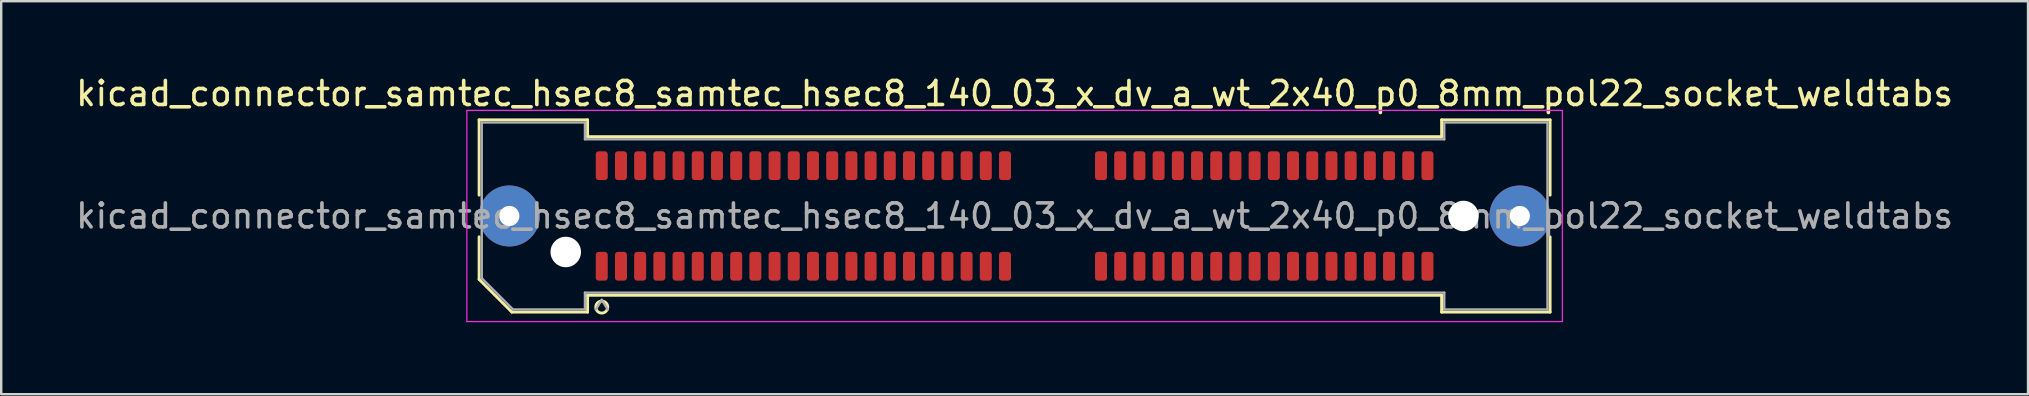
<source format=kicad_pcb>
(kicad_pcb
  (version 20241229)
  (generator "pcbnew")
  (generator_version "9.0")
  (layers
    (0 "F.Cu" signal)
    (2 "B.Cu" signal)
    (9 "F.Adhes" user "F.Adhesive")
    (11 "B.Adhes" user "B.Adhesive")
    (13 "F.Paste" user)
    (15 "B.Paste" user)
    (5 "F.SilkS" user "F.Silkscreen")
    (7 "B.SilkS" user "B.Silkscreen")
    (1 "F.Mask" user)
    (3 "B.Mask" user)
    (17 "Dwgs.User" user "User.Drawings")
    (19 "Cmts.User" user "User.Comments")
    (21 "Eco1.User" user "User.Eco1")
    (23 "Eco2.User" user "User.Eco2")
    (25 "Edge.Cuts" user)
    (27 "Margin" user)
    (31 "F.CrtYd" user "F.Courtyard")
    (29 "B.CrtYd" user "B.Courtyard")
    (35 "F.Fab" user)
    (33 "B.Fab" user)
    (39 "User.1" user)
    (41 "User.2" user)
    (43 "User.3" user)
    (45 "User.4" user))
  (footprint "kicad_connector_samtec_hsec8_samtec_hsec8_140_03_x_dv_a_wt_2x40_p0_8mm_pol22_socket_weldtabs"
    (layer "F.Cu")
    (at 39.22 5.948)
    (property "Reference" "kicad_connector_samtec_hsec8_samtec_hsec8_140_03_x_dv_a_wt_2x40_p0_8mm_pol22_socket_weldtabs" (at 0 -5.1 0) (layer "F.SilkS") (effects (font (size 1 1) (thickness 0.15))))
    (attr smd)
    (fp_line (start -22.31 -4.005) (end -17.79 -4.005) (stroke (width 0.12) (type solid)) (layer "F.SilkS"))
    (fp_line (start -22.31 -0.868) (end -22.31 -4.005) (stroke (width 0.12) (type solid)) (layer "F.SilkS"))
    (fp_line (start -22.31 2.641) (end -22.31 0.868) (stroke (width 0.12) (type solid)) (layer "F.SilkS"))
    (fp_line (start -20.946 4.005) (end -22.31 2.641) (stroke (width 0.12) (type solid)) (layer "F.SilkS"))
    (fp_line (start -17.79 -4.005) (end -17.79 -3.305) (stroke (width 0.12) (type solid)) (layer "F.SilkS"))
    (fp_line (start -17.79 -3.305) (end 17.79 -3.305) (stroke (width 0.12) (type solid)) (layer "F.SilkS"))
    (fp_line (start -17.79 3.305) (end -17.79 4.005) (stroke (width 0.12) (type solid)) (layer "F.SilkS"))
    (fp_line (start -17.79 4.005) (end -20.946 4.005) (stroke (width 0.12) (type solid)) (layer "F.SilkS"))
    (fp_line (start 17.79 -4.005) (end 22.31 -4.005) (stroke (width 0.12) (type solid)) (layer "F.SilkS"))
    (fp_line (start 17.79 -3.305) (end 17.79 -4.005) (stroke (width 0.12) (type solid)) (layer "F.SilkS"))
    (fp_line (start 17.79 3.305) (end -17.79 3.305) (stroke (width 0.12) (type solid)) (layer "F.SilkS"))
    (fp_line (start 17.79 4.005) (end 17.79 3.305) (stroke (width 0.12) (type solid)) (layer "F.SilkS"))
    (fp_line (start 22.31 -4.005) (end 22.31 -0.868) (stroke (width 0.12) (type solid)) (layer "F.SilkS"))
    (fp_line (start 22.31 0.868) (end 22.31 4.005) (stroke (width 0.12) (type solid)) (layer "F.SilkS"))
    (fp_line (start 22.31 4.005) (end 17.79 4.005) (stroke (width 0.12) (type solid)) (layer "F.SilkS"))
    (fp_arc (start -16.95 3.795) (mid -17.45 3.795) (end -16.95 3.795) (stroke (width 0.12) (type solid)) (layer "F.SilkS"))
    (fp_line (start -22.82 -4.4) (end -22.82 4.4) (stroke (width 0.05) (type solid)) (layer "F.CrtYd"))
    (fp_line (start -22.82 4.4) (end 22.82 4.4) (stroke (width 0.05) (type solid)) (layer "F.CrtYd"))
    (fp_line (start 22.82 -4.4) (end -22.82 -4.4) (stroke (width 0.05) (type solid)) (layer "F.CrtYd"))
    (fp_line (start 22.82 4.4) (end 22.82 -4.4) (stroke (width 0.05) (type solid)) (layer "F.CrtYd"))
    (fp_line (start -22.2 -3.895) (end -17.9 -3.895) (stroke (width 0.1) (type solid)) (layer "F.Fab"))
    (fp_line (start -22.2 2.595) (end -22.2 -3.895) (stroke (width 0.1) (type solid)) (layer "F.Fab"))
    (fp_line (start -20.9 3.895) (end -22.2 2.595) (stroke (width 0.1) (type solid)) (layer "F.Fab"))
    (fp_line (start -17.9 -3.895) (end -17.9 -3.195) (stroke (width 0.1) (type solid)) (layer "F.Fab"))
    (fp_line (start -17.9 -3.195) (end 17.9 -3.195) (stroke (width 0.1) (type solid)) (layer "F.Fab"))
    (fp_line (start -17.9 3.195) (end -17.9 3.895) (stroke (width 0.1) (type solid)) (layer "F.Fab"))
    (fp_line (start -17.9 3.895) (end -20.9 3.895) (stroke (width 0.1) (type solid)) (layer "F.Fab"))
    (fp_line (start -17.2 3.495) (end -17.45 3.895) (stroke (width 0.1) (type solid)) (layer "F.Fab"))
    (fp_line (start -17.2 3.495) (end -16.95 3.895) (stroke (width 0.1) (type solid)) (layer "F.Fab"))
    (fp_line (start 17.9 -3.895) (end 22.2 -3.895) (stroke (width 0.1) (type solid)) (layer "F.Fab"))
    (fp_line (start 17.9 -3.195) (end 17.9 -3.895) (stroke (width 0.1) (type solid)) (layer "F.Fab"))
    (fp_line (start 17.9 3.195) (end -17.9 3.195) (stroke (width 0.1) (type solid)) (layer "F.Fab"))
    (fp_line (start 17.9 3.895) (end 17.9 3.195) (stroke (width 0.1) (type solid)) (layer "F.Fab"))
    (fp_line (start 22.2 -3.895) (end 22.2 3.895) (stroke (width 0.1) (type solid)) (layer "F.Fab"))
    (fp_line (start 22.2 3.895) (end 17.9 3.895) (stroke (width 0.1) (type solid)) (layer "F.Fab"))
    (fp_text user "${REFERENCE}" (at 0 0 0) (layer "F.Fab") (effects (font (size 1 1) (thickness 0.15))))
    (pad "" thru_hole circle (at -21.05 0) (size 2.54 2.54) (drill 0.84) (layers "*.Cu" "*.Mask" "F.Paste"))
    (pad "" np_thru_hole circle (at -18.7 1.5) (size 1.27 1.27) (drill 1.27) (layers "*.Cu" "*.Mask"))
    (pad "" np_thru_hole circle (at 18.7 0) (size 1.27 1.27) (drill 1.27) (layers "*.Cu" "*.Mask"))
    (pad "" thru_hole circle (at 21.05 0) (size 2.54 2.54) (drill 0.84) (layers "*.Cu" "*.Mask" "F.Paste"))
    (pad "1" smd roundrect (at -17.2 2.095) (size 0.5 1.2) (layers "F.Cu" "F.Mask" "F.Paste") (roundrect_rratio 0.25))
    (pad "2" smd roundrect (at -17.2 -2.095) (size 0.5 1.2) (layers "F.Cu" "F.Mask" "F.Paste") (roundrect_rratio 0.25))
    (pad "3" smd roundrect (at -16.4 2.095) (size 0.5 1.2) (layers "F.Cu" "F.Mask" "F.Paste") (roundrect_rratio 0.25))
    (pad "4" smd roundrect (at -16.4 -2.095) (size 0.5 1.2) (layers "F.Cu" "F.Mask" "F.Paste") (roundrect_rratio 0.25))
    (pad "5" smd roundrect (at -15.6 2.095) (size 0.5 1.2) (layers "F.Cu" "F.Mask" "F.Paste") (roundrect_rratio 0.25))
    (pad "6" smd roundrect (at -15.6 -2.095) (size 0.5 1.2) (layers "F.Cu" "F.Mask" "F.Paste") (roundrect_rratio 0.25))
    (pad "7" smd roundrect (at -14.8 2.095) (size 0.5 1.2) (layers "F.Cu" "F.Mask" "F.Paste") (roundrect_rratio 0.25))
    (pad "8" smd roundrect (at -14.8 -2.095) (size 0.5 1.2) (layers "F.Cu" "F.Mask" "F.Paste") (roundrect_rratio 0.25))
    (pad "9" smd roundrect (at -14 2.095) (size 0.5 1.2) (layers "F.Cu" "F.Mask" "F.Paste") (roundrect_rratio 0.25))
    (pad "10" smd roundrect (at -14 -2.095) (size 0.5 1.2) (layers "F.Cu" "F.Mask" "F.Paste") (roundrect_rratio 0.25))
    (pad "11" smd roundrect (at -13.2 2.095) (size 0.5 1.2) (layers "F.Cu" "F.Mask" "F.Paste") (roundrect_rratio 0.25))
    (pad "12" smd roundrect (at -13.2 -2.095) (size 0.5 1.2) (layers "F.Cu" "F.Mask" "F.Paste") (roundrect_rratio 0.25))
    (pad "13" smd roundrect (at -12.4 2.095) (size 0.5 1.2) (layers "F.Cu" "F.Mask" "F.Paste") (roundrect_rratio 0.25))
    (pad "14" smd roundrect (at -12.4 -2.095) (size 0.5 1.2) (layers "F.Cu" "F.Mask" "F.Paste") (roundrect_rratio 0.25))
    (pad "15" smd roundrect (at -11.6 2.095) (size 0.5 1.2) (layers "F.Cu" "F.Mask" "F.Paste") (roundrect_rratio 0.25))
    (pad "16" smd roundrect (at -11.6 -2.095) (size 0.5 1.2) (layers "F.Cu" "F.Mask" "F.Paste") (roundrect_rratio 0.25))
    (pad "17" smd roundrect (at -10.8 2.095) (size 0.5 1.2) (layers "F.Cu" "F.Mask" "F.Paste") (roundrect_rratio 0.25))
    (pad "18" smd roundrect (at -10.8 -2.095) (size 0.5 1.2) (layers "F.Cu" "F.Mask" "F.Paste") (roundrect_rratio 0.25))
    (pad "19" smd roundrect (at -10 2.095) (size 0.5 1.2) (layers "F.Cu" "F.Mask" "F.Paste") (roundrect_rratio 0.25))
    (pad "20" smd roundrect (at -10 -2.095) (size 0.5 1.2) (layers "F.Cu" "F.Mask" "F.Paste") (roundrect_rratio 0.25))
    (pad "21" smd roundrect (at -9.2 2.095) (size 0.5 1.2) (layers "F.Cu" "F.Mask" "F.Paste") (roundrect_rratio 0.25))
    (pad "22" smd roundrect (at -9.2 -2.095) (size 0.5 1.2) (layers "F.Cu" "F.Mask" "F.Paste") (roundrect_rratio 0.25))
    (pad "23" smd roundrect (at -8.4 2.095) (size 0.5 1.2) (layers "F.Cu" "F.Mask" "F.Paste") (roundrect_rratio 0.25))
    (pad "24" smd roundrect (at -8.4 -2.095) (size 0.5 1.2) (layers "F.Cu" "F.Mask" "F.Paste") (roundrect_rratio 0.25))
    (pad "25" smd roundrect (at -7.6 2.095) (size 0.5 1.2) (layers "F.Cu" "F.Mask" "F.Paste") (roundrect_rratio 0.25))
    (pad "26" smd roundrect (at -7.6 -2.095) (size 0.5 1.2) (layers "F.Cu" "F.Mask" "F.Paste") (roundrect_rratio 0.25))
    (pad "27" smd roundrect (at -6.8 2.095) (size 0.5 1.2) (layers "F.Cu" "F.Mask" "F.Paste") (roundrect_rratio 0.25))
    (pad "28" smd roundrect (at -6.8 -2.095) (size 0.5 1.2) (layers "F.Cu" "F.Mask" "F.Paste") (roundrect_rratio 0.25))
    (pad "29" smd roundrect (at -6 2.095) (size 0.5 1.2) (layers "F.Cu" "F.Mask" "F.Paste") (roundrect_rratio 0.25))
    (pad "30" smd roundrect (at -6 -2.095) (size 0.5 1.2) (layers "F.Cu" "F.Mask" "F.Paste") (roundrect_rratio 0.25))
    (pad "31" smd roundrect (at -5.2 2.095) (size 0.5 1.2) (layers "F.Cu" "F.Mask" "F.Paste") (roundrect_rratio 0.25))
    (pad "32" smd roundrect (at -5.2 -2.095) (size 0.5 1.2) (layers "F.Cu" "F.Mask" "F.Paste") (roundrect_rratio 0.25))
    (pad "33" smd roundrect (at -4.4 2.095) (size 0.5 1.2) (layers "F.Cu" "F.Mask" "F.Paste") (roundrect_rratio 0.25))
    (pad "34" smd roundrect (at -4.4 -2.095) (size 0.5 1.2) (layers "F.Cu" "F.Mask" "F.Paste") (roundrect_rratio 0.25))
    (pad "35" smd roundrect (at -3.6 2.095) (size 0.5 1.2) (layers "F.Cu" "F.Mask" "F.Paste") (roundrect_rratio 0.25))
    (pad "36" smd roundrect (at -3.6 -2.095) (size 0.5 1.2) (layers "F.Cu" "F.Mask" "F.Paste") (roundrect_rratio 0.25))
    (pad "37" smd roundrect (at -2.8 2.095) (size 0.5 1.2) (layers "F.Cu" "F.Mask" "F.Paste") (roundrect_rratio 0.25))
    (pad "38" smd roundrect (at -2.8 -2.095) (size 0.5 1.2) (layers "F.Cu" "F.Mask" "F.Paste") (roundrect_rratio 0.25))
    (pad "39" smd roundrect (at -2 2.095) (size 0.5 1.2) (layers "F.Cu" "F.Mask" "F.Paste") (roundrect_rratio 0.25))
    (pad "40" smd roundrect (at -2 -2.095) (size 0.5 1.2) (layers "F.Cu" "F.Mask" "F.Paste") (roundrect_rratio 0.25))
    (pad "41" smd roundrect (at -1.2 2.095) (size 0.5 1.2) (layers "F.Cu" "F.Mask" "F.Paste") (roundrect_rratio 0.25))
    (pad "42" smd roundrect (at -1.2 -2.095) (size 0.5 1.2) (layers "F.Cu" "F.Mask" "F.Paste") (roundrect_rratio 0.25))
    (pad "43" smd roundrect (at -0.4 2.095) (size 0.5 1.2) (layers "F.Cu" "F.Mask" "F.Paste") (roundrect_rratio 0.25))
    (pad "44" smd roundrect (at -0.4 -2.095) (size 0.5 1.2) (layers "F.Cu" "F.Mask" "F.Paste") (roundrect_rratio 0.25))
    (pad "45" smd roundrect (at 3.6 2.095) (size 0.5 1.2) (layers "F.Cu" "F.Mask" "F.Paste") (roundrect_rratio 0.25))
    (pad "46" smd roundrect (at 3.6 -2.095) (size 0.5 1.2) (layers "F.Cu" "F.Mask" "F.Paste") (roundrect_rratio 0.25))
    (pad "47" smd roundrect (at 4.4 2.095) (size 0.5 1.2) (layers "F.Cu" "F.Mask" "F.Paste") (roundrect_rratio 0.25))
    (pad "48" smd roundrect (at 4.4 -2.095) (size 0.5 1.2) (layers "F.Cu" "F.Mask" "F.Paste") (roundrect_rratio 0.25))
    (pad "49" smd roundrect (at 5.2 2.095) (size 0.5 1.2) (layers "F.Cu" "F.Mask" "F.Paste") (roundrect_rratio 0.25))
    (pad "50" smd roundrect (at 5.2 -2.095) (size 0.5 1.2) (layers "F.Cu" "F.Mask" "F.Paste") (roundrect_rratio 0.25))
    (pad "51" smd roundrect (at 6 2.095) (size 0.5 1.2) (layers "F.Cu" "F.Mask" "F.Paste") (roundrect_rratio 0.25))
    (pad "52" smd roundrect (at 6 -2.095) (size 0.5 1.2) (layers "F.Cu" "F.Mask" "F.Paste") (roundrect_rratio 0.25))
    (pad "53" smd roundrect (at 6.8 2.095) (size 0.5 1.2) (layers "F.Cu" "F.Mask" "F.Paste") (roundrect_rratio 0.25))
    (pad "54" smd roundrect (at 6.8 -2.095) (size 0.5 1.2) (layers "F.Cu" "F.Mask" "F.Paste") (roundrect_rratio 0.25))
    (pad "55" smd roundrect (at 7.6 2.095) (size 0.5 1.2) (layers "F.Cu" "F.Mask" "F.Paste") (roundrect_rratio 0.25))
    (pad "56" smd roundrect (at 7.6 -2.095) (size 0.5 1.2) (layers "F.Cu" "F.Mask" "F.Paste") (roundrect_rratio 0.25))
    (pad "57" smd roundrect (at 8.4 2.095) (size 0.5 1.2) (layers "F.Cu" "F.Mask" "F.Paste") (roundrect_rratio 0.25))
    (pad "58" smd roundrect (at 8.4 -2.095) (size 0.5 1.2) (layers "F.Cu" "F.Mask" "F.Paste") (roundrect_rratio 0.25))
    (pad "59" smd roundrect (at 9.2 2.095) (size 0.5 1.2) (layers "F.Cu" "F.Mask" "F.Paste") (roundrect_rratio 0.25))
    (pad "60" smd roundrect (at 9.2 -2.095) (size 0.5 1.2) (layers "F.Cu" "F.Mask" "F.Paste") (roundrect_rratio 0.25))
    (pad "61" smd roundrect (at 10 2.095) (size 0.5 1.2) (layers "F.Cu" "F.Mask" "F.Paste") (roundrect_rratio 0.25))
    (pad "62" smd roundrect (at 10 -2.095) (size 0.5 1.2) (layers "F.Cu" "F.Mask" "F.Paste") (roundrect_rratio 0.25))
    (pad "63" smd roundrect (at 10.8 2.095) (size 0.5 1.2) (layers "F.Cu" "F.Mask" "F.Paste") (roundrect_rratio 0.25))
    (pad "64" smd roundrect (at 10.8 -2.095) (size 0.5 1.2) (layers "F.Cu" "F.Mask" "F.Paste") (roundrect_rratio 0.25))
    (pad "65" smd roundrect (at 11.6 2.095) (size 0.5 1.2) (layers "F.Cu" "F.Mask" "F.Paste") (roundrect_rratio 0.25))
    (pad "66" smd roundrect (at 11.6 -2.095) (size 0.5 1.2) (layers "F.Cu" "F.Mask" "F.Paste") (roundrect_rratio 0.25))
    (pad "67" smd roundrect (at 12.4 2.095) (size 0.5 1.2) (layers "F.Cu" "F.Mask" "F.Paste") (roundrect_rratio 0.25))
    (pad "68" smd roundrect (at 12.4 -2.095) (size 0.5 1.2) (layers "F.Cu" "F.Mask" "F.Paste") (roundrect_rratio 0.25))
    (pad "69" smd roundrect (at 13.2 2.095) (size 0.5 1.2) (layers "F.Cu" "F.Mask" "F.Paste") (roundrect_rratio 0.25))
    (pad "70" smd roundrect (at 13.2 -2.095) (size 0.5 1.2) (layers "F.Cu" "F.Mask" "F.Paste") (roundrect_rratio 0.25))
    (pad "71" smd roundrect (at 14 2.095) (size 0.5 1.2) (layers "F.Cu" "F.Mask" "F.Paste") (roundrect_rratio 0.25))
    (pad "72" smd roundrect (at 14 -2.095) (size 0.5 1.2) (layers "F.Cu" "F.Mask" "F.Paste") (roundrect_rratio 0.25))
    (pad "73" smd roundrect (at 14.8 2.095) (size 0.5 1.2) (layers "F.Cu" "F.Mask" "F.Paste") (roundrect_rratio 0.25))
    (pad "74" smd roundrect (at 14.8 -2.095) (size 0.5 1.2) (layers "F.Cu" "F.Mask" "F.Paste") (roundrect_rratio 0.25))
    (pad "75" smd roundrect (at 15.6 2.095) (size 0.5 1.2) (layers "F.Cu" "F.Mask" "F.Paste") (roundrect_rratio 0.25))
    (pad "76" smd roundrect (at 15.6 -2.095) (size 0.5 1.2) (layers "F.Cu" "F.Mask" "F.Paste") (roundrect_rratio 0.25))
    (pad "77" smd roundrect (at 16.4 2.095) (size 0.5 1.2) (layers "F.Cu" "F.Mask" "F.Paste") (roundrect_rratio 0.25))
    (pad "78" smd roundrect (at 16.4 -2.095) (size 0.5 1.2) (layers "F.Cu" "F.Mask" "F.Paste") (roundrect_rratio 0.25))
    (pad "79" smd roundrect (at 17.2 2.095) (size 0.5 1.2) (layers "F.Cu" "F.Mask" "F.Paste") (roundrect_rratio 0.25))
    (pad "80" smd roundrect (at 17.2 -2.095) (size 0.5 1.2) (layers "F.Cu" "F.Mask" "F.Paste") (roundrect_rratio 0.25)))
  (gr_rect
    (start -3 -3)
    (end 81.44 13.373)
    (stroke (width 0.1) (type default))
    (fill no)
    (layer "Edge.Cuts")))
</source>
